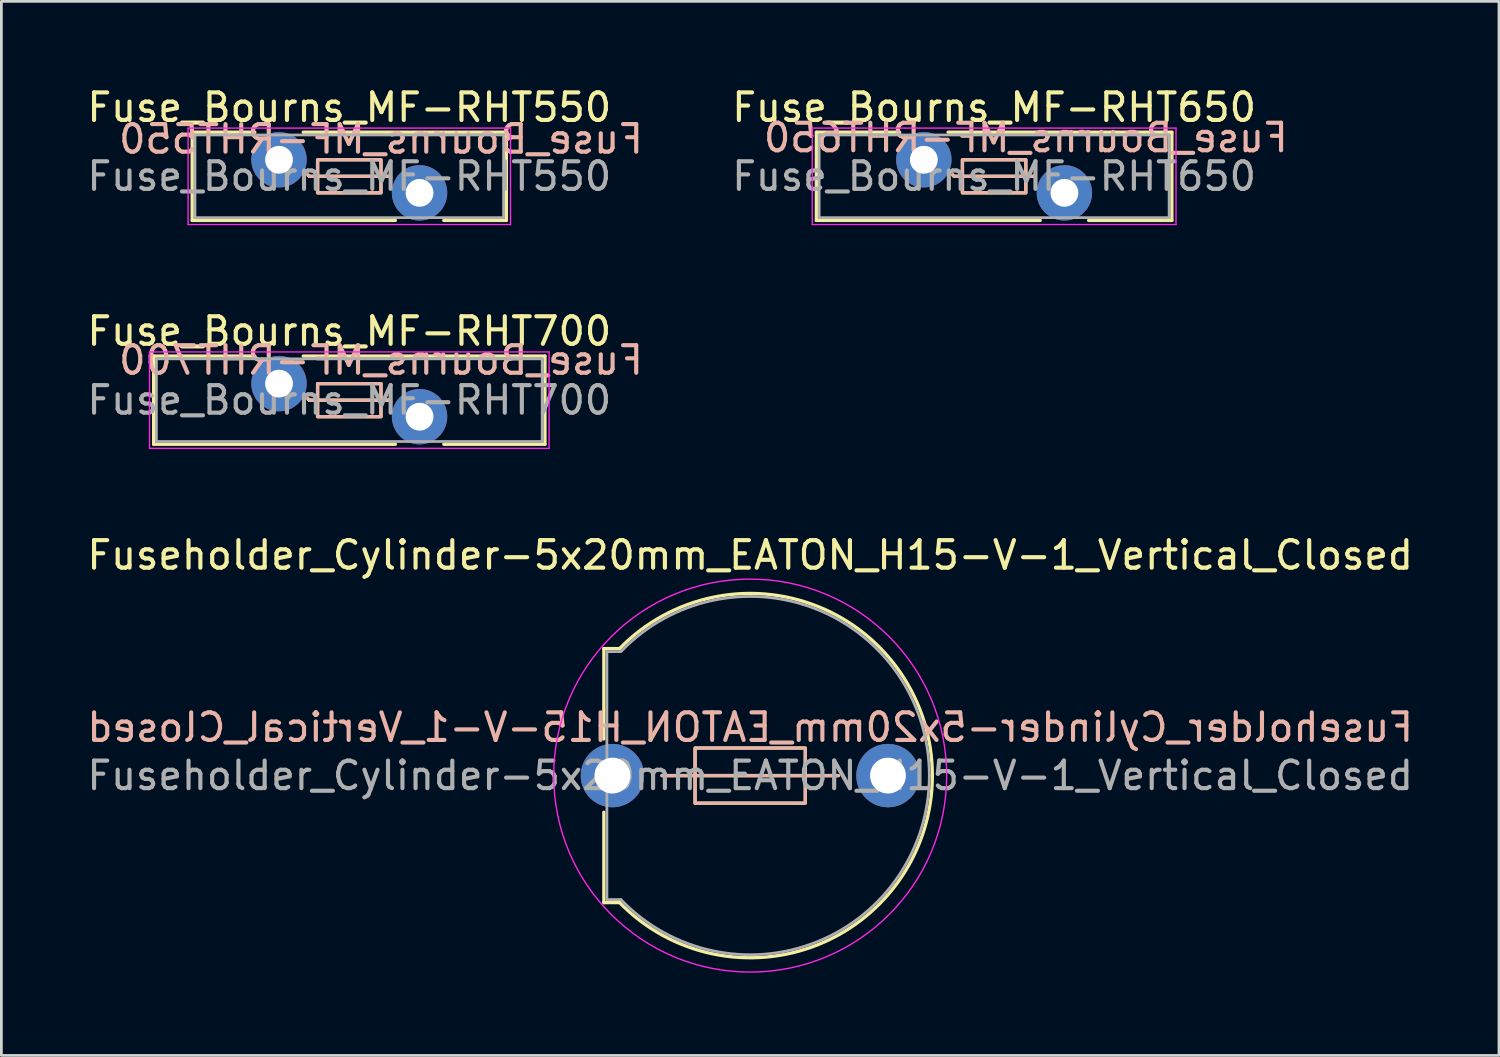
<source format=kicad_pcb>
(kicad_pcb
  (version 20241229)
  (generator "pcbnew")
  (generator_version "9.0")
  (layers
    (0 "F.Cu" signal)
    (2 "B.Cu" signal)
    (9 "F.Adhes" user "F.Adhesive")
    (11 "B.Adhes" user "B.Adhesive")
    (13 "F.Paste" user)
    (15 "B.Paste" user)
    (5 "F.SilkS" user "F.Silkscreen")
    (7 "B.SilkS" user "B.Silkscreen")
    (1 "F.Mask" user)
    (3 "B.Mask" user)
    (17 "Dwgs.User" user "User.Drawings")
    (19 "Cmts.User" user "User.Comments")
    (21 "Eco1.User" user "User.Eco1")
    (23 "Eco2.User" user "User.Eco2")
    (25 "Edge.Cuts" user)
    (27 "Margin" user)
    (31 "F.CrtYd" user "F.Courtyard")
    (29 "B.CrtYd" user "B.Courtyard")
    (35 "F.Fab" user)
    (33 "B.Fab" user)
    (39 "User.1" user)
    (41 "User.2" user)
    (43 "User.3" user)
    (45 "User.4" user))
  (footprint "Fuse_Bourns_MF-RHT700"
    (layer "F.Cu")
    (at 7.075 10.871)
    (property "Reference" "Fuse_Bourns_MF-RHT700" (at 2.55 -1.9 0) (layer "F.SilkS") (effects (font (size 1 1) (thickness 0.15))))
    (fp_line (start -4.55 -1) (end -4.55 2.2) (stroke (width 0.12) (type solid)) (layer "F.SilkS"))
    (fp_line (start -4.55 -1) (end -0.879 -1) (stroke (width 0.12) (type solid)) (layer "F.SilkS"))
    (fp_line (start -4.55 2.2) (end 4.222 2.2) (stroke (width 0.12) (type solid)) (layer "F.SilkS"))
    (fp_line (start 0.879 -1) (end 9.65 -1) (stroke (width 0.12) (type solid)) (layer "F.SilkS"))
    (fp_line (start 1.1 0.6) (end 1.05 0.55) (stroke (width 0.12) (type solid)) (layer "F.SilkS"))
    (fp_line (start 4 0.6) (end 1.1 0.6) (stroke (width 0.12) (type solid)) (layer "F.SilkS"))
    (fp_line (start 4 0.6) (end 4.05 0.65) (stroke (width 0.12) (type solid)) (layer "F.SilkS"))
    (fp_line (start 5.979 2.2) (end 9.65 2.2) (stroke (width 0.12) (type solid)) (layer "F.SilkS"))
    (fp_line (start 9.65 -1) (end 9.65 2.2) (stroke (width 0.12) (type solid)) (layer "F.SilkS"))
    (fp_rect (start 1.4 0) (end 3.7 1.2) (stroke (width 0.12) (type solid)) (fill no) (layer "F.SilkS"))
    (fp_line (start 1.05 0.55) (end 1.1 0.6) (stroke (width 0.12) (type solid)) (layer "B.SilkS"))
    (fp_line (start 1.1 0.6) (end 4 0.6) (stroke (width 0.12) (type solid)) (layer "B.SilkS"))
    (fp_line (start 4 0.6) (end 4.05 0.65) (stroke (width 0.12) (type solid)) (layer "B.SilkS"))
    (fp_rect (start 1.4 0) (end 3.7 1.2) (stroke (width 0.12) (type solid)) (fill no) (layer "B.SilkS"))
    (fp_line (start -4.7 -1.15) (end -4.7 2.35) (stroke (width 0.05) (type solid)) (layer "F.CrtYd"))
    (fp_line (start -4.7 2.35) (end 9.8 2.35) (stroke (width 0.05) (type solid)) (layer "F.CrtYd"))
    (fp_line (start 9.8 -1.15) (end -4.7 -1.15) (stroke (width 0.05) (type solid)) (layer "F.CrtYd"))
    (fp_line (start 9.8 2.35) (end 9.8 -1.15) (stroke (width 0.05) (type solid)) (layer "F.CrtYd"))
    (fp_line (start -4.45 -0.9) (end -4.45 2.1) (stroke (width 0.1) (type solid)) (layer "F.Fab"))
    (fp_line (start -4.45 2.1) (end 9.55 2.1) (stroke (width 0.1) (type solid)) (layer "F.Fab"))
    (fp_line (start 9.55 -0.9) (end -4.45 -0.9) (stroke (width 0.1) (type solid)) (layer "F.Fab"))
    (fp_line (start 9.55 2.1) (end 9.55 -0.9) (stroke (width 0.1) (type solid)) (layer "F.Fab"))
    (fp_text user "${REFERENCE}" (at 3.7 -0.85 0) (layer "B.SilkS") (effects (font (size 1 1) (thickness 0.15)) (justify mirror)))
    (fp_text user "${REFERENCE}" (at 2.55 0.6 0) (layer "F.Fab") (effects (font (size 1 1) (thickness 0.15))))
    (pad "1" thru_hole circle (at 0 0) (size 2.01 2.01) (drill 1.01) (layers "*.Cu" "*.Mask"))
    (pad "2" thru_hole circle (at 5.1 1.2) (size 2.01 2.01) (drill 1.01) (layers "*.Cu" "*.Mask")))
  (footprint "Fuse_Bourns_MF-RHT650"
    (layer "F.Cu")
    (at 30.475 2.748)
    (property "Reference" "Fuse_Bourns_MF-RHT650" (at 2.55 -1.9 0) (layer "F.SilkS") (effects (font (size 1 1) (thickness 0.15))))
    (fp_line (start -3.9 -1) (end -3.9 2.2) (stroke (width 0.12) (type solid)) (layer "F.SilkS"))
    (fp_line (start -3.9 -1) (end -0.879 -1) (stroke (width 0.12) (type solid)) (layer "F.SilkS"))
    (fp_line (start -3.9 2.2) (end 4.222 2.2) (stroke (width 0.12) (type solid)) (layer "F.SilkS"))
    (fp_line (start 0.879 -1) (end 9 -1) (stroke (width 0.12) (type solid)) (layer "F.SilkS"))
    (fp_line (start 1.1 0.6) (end 1.05 0.55) (stroke (width 0.12) (type solid)) (layer "F.SilkS"))
    (fp_line (start 4 0.6) (end 1.1 0.6) (stroke (width 0.12) (type solid)) (layer "F.SilkS"))
    (fp_line (start 4 0.6) (end 4.05 0.65) (stroke (width 0.12) (type solid)) (layer "F.SilkS"))
    (fp_line (start 5.979 2.2) (end 9 2.2) (stroke (width 0.12) (type solid)) (layer "F.SilkS"))
    (fp_line (start 9 -1) (end 9 2.2) (stroke (width 0.12) (type solid)) (layer "F.SilkS"))
    (fp_rect (start 1.4 0) (end 3.7 1.2) (stroke (width 0.12) (type solid)) (fill no) (layer "F.SilkS"))
    (fp_line (start 1.05 0.55) (end 1.1 0.6) (stroke (width 0.12) (type solid)) (layer "B.SilkS"))
    (fp_line (start 1.1 0.6) (end 4 0.6) (stroke (width 0.12) (type solid)) (layer "B.SilkS"))
    (fp_line (start 4 0.6) (end 4.05 0.65) (stroke (width 0.12) (type solid)) (layer "B.SilkS"))
    (fp_rect (start 1.4 0) (end 3.7 1.2) (stroke (width 0.12) (type solid)) (fill no) (layer "B.SilkS"))
    (fp_line (start -4.05 -1.15) (end -4.05 2.35) (stroke (width 0.05) (type solid)) (layer "F.CrtYd"))
    (fp_line (start -4.05 2.35) (end 9.15 2.35) (stroke (width 0.05) (type solid)) (layer "F.CrtYd"))
    (fp_line (start 9.15 -1.15) (end -4.05 -1.15) (stroke (width 0.05) (type solid)) (layer "F.CrtYd"))
    (fp_line (start 9.15 2.35) (end 9.15 -1.15) (stroke (width 0.05) (type solid)) (layer "F.CrtYd"))
    (fp_line (start -3.8 -0.9) (end -3.8 2.1) (stroke (width 0.1) (type solid)) (layer "F.Fab"))
    (fp_line (start -3.8 2.1) (end 8.9 2.1) (stroke (width 0.1) (type solid)) (layer "F.Fab"))
    (fp_line (start 8.9 -0.9) (end -3.8 -0.9) (stroke (width 0.1) (type solid)) (layer "F.Fab"))
    (fp_line (start 8.9 2.1) (end 8.9 -0.9) (stroke (width 0.1) (type solid)) (layer "F.Fab"))
    (fp_text user "${REFERENCE}" (at 3.7 -0.8 0) (layer "B.SilkS") (effects (font (size 1 1) (thickness 0.15)) (justify mirror)))
    (fp_text user "${REFERENCE}" (at 2.55 0.6 0) (layer "F.Fab") (effects (font (size 1 1) (thickness 0.15))))
    (pad "1" thru_hole circle (at 0 0) (size 2.01 2.01) (drill 1.01) (layers "*.Cu" "*.Mask"))
    (pad "2" thru_hole circle (at 5.1 1.2) (size 2.01 2.01) (drill 1.01) (layers "*.Cu" "*.Mask")))
  (footprint "Fuseholder_Cylinder-5x20mm_EATON_H15-V-1_Vertical_Closed"
    (layer "F.Cu")
    (at 19.173 25.095)
    (property "Reference" "Fuseholder_Cylinder-5x20mm_EATON_H15-V-1_Vertical_Closed" (at 5 -8 0) (layer "F.SilkS") (effects (font (size 1 1) (thickness 0.15))))
    (fp_line (start -0.31 -4.61) (end -0.31 -1.33) (stroke (width 0.12) (type solid)) (layer "F.SilkS"))
    (fp_line (start -0.31 1.33) (end -0.31 4.61) (stroke (width 0.12) (type solid)) (layer "F.SilkS"))
    (fp_line (start 0.26 -4.61) (end -0.31 -4.61) (stroke (width 0.12) (type solid)) (layer "F.SilkS"))
    (fp_line (start 0.26 4.61) (end -0.31 4.61) (stroke (width 0.12) (type solid)) (layer "F.SilkS"))
    (fp_line (start 3 0) (end 1.8 0) (stroke (width 0.12) (type solid)) (layer "F.SilkS"))
    (fp_line (start 8.2 0) (end 3 0) (stroke (width 0.12) (type solid)) (layer "F.SilkS"))
    (fp_rect (start 3 -1) (end 7 1) (stroke (width 0.12) (type solid)) (fill no) (layer "F.SilkS"))
    (fp_arc (start 0.261221 -4.608261) (mid 7.486842 -6.124354) (end 11.61 0) (stroke (width 0.12) (type solid)) (layer "F.SilkS"))
    (fp_arc (start 11.61 0) (mid 7.486842 6.124354) (end 0.261221 4.608261) (stroke (width 0.12) (type solid)) (layer "F.SilkS"))
    (fp_line (start 8.2 0) (end 1.8 0) (stroke (width 0.12) (type solid)) (layer "B.SilkS"))
    (fp_rect (start 3 -1) (end 7 1) (stroke (width 0.12) (type solid)) (fill no) (layer "B.SilkS"))
    (fp_circle (center 5 0) (end 12.13 0) (stroke (width 0.05) (type solid)) (fill no) (layer "F.CrtYd"))
    (fp_line (start -0.2 -4.5) (end -0.2 4.5) (stroke (width 0.1) (type solid)) (layer "F.Fab"))
    (fp_line (start 0.3 -4.5) (end -0.2 -4.5) (stroke (width 0.1) (type solid)) (layer "F.Fab"))
    (fp_line (start 0.3 4.5) (end -0.2 4.5) (stroke (width 0.1) (type solid)) (layer "F.Fab"))
    (fp_arc (start 0.308559 -4.498931) (mid 7.424421 -6.030935) (end 11.5 0) (stroke (width 0.1) (type solid)) (layer "F.Fab"))
    (fp_arc (start 11.5 0) (mid 7.424421 6.030936) (end 0.308559 4.498931) (stroke (width 0.1) (type solid)) (layer "F.Fab"))
    (fp_text user "${REFERENCE}" (at 5 -1.75 0) (layer "B.SilkS") (effects (font (size 1 1) (thickness 0.15)) (justify mirror)))
    (fp_text user "${REFERENCE}" (at 5 0 0) (layer "F.Fab") (effects (font (size 1 1) (thickness 0.15))))
    (pad "1" thru_hole circle (at 0 0) (size 2.3 2.3) (drill 1.3) (layers "*.Cu" "*.Mask"))
    (pad "2" thru_hole circle (at 10 0) (size 2.3 2.3) (drill 1.3) (layers "*.Cu" "*.Mask")))
  (footprint "Fuse_Bourns_MF-RHT550"
    (layer "F.Cu")
    (at 7.075 2.748)
    (property "Reference" "Fuse_Bourns_MF-RHT550" (at 2.55 -1.9 0) (layer "F.SilkS") (effects (font (size 1 1) (thickness 0.15))))
    (fp_line (start -3.15 -1) (end -3.15 2.2) (stroke (width 0.12) (type solid)) (layer "F.SilkS"))
    (fp_line (start -3.15 -1) (end -0.879 -1) (stroke (width 0.12) (type solid)) (layer "F.SilkS"))
    (fp_line (start -3.15 2.2) (end 4.222 2.2) (stroke (width 0.12) (type solid)) (layer "F.SilkS"))
    (fp_line (start 0.879 -1) (end 8.25 -1) (stroke (width 0.12) (type solid)) (layer "F.SilkS"))
    (fp_line (start 1.1 0.6) (end 1.05 0.55) (stroke (width 0.12) (type solid)) (layer "F.SilkS"))
    (fp_line (start 4 0.6) (end 1.1 0.6) (stroke (width 0.12) (type solid)) (layer "F.SilkS"))
    (fp_line (start 4 0.6) (end 4.05 0.65) (stroke (width 0.12) (type solid)) (layer "F.SilkS"))
    (fp_line (start 5.979 2.2) (end 8.25 2.2) (stroke (width 0.12) (type solid)) (layer "F.SilkS"))
    (fp_line (start 8.25 -1) (end 8.25 2.2) (stroke (width 0.12) (type solid)) (layer "F.SilkS"))
    (fp_rect (start 1.4 0) (end 3.7 1.2) (stroke (width 0.12) (type solid)) (fill no) (layer "F.SilkS"))
    (fp_line (start 1.05 0.55) (end 1.1 0.6) (stroke (width 0.12) (type solid)) (layer "B.SilkS"))
    (fp_line (start 1.1 0.6) (end 4 0.6) (stroke (width 0.12) (type solid)) (layer "B.SilkS"))
    (fp_line (start 4 0.6) (end 4.05 0.65) (stroke (width 0.12) (type solid)) (layer "B.SilkS"))
    (fp_rect (start 1.4 0) (end 3.7 1.2) (stroke (width 0.12) (type solid)) (fill no) (layer "B.SilkS"))
    (fp_line (start -3.3 -1.15) (end -3.3 2.35) (stroke (width 0.05) (type solid)) (layer "F.CrtYd"))
    (fp_line (start -3.3 2.35) (end 8.4 2.35) (stroke (width 0.05) (type solid)) (layer "F.CrtYd"))
    (fp_line (start 8.4 -1.15) (end -3.3 -1.15) (stroke (width 0.05) (type solid)) (layer "F.CrtYd"))
    (fp_line (start 8.4 2.35) (end 8.4 -1.15) (stroke (width 0.05) (type solid)) (layer "F.CrtYd"))
    (fp_line (start -3.05 -0.9) (end -3.05 2.1) (stroke (width 0.1) (type solid)) (layer "F.Fab"))
    (fp_line (start -3.05 2.1) (end 8.15 2.1) (stroke (width 0.1) (type solid)) (layer "F.Fab"))
    (fp_line (start 8.15 -0.9) (end -3.05 -0.9) (stroke (width 0.1) (type solid)) (layer "F.Fab"))
    (fp_line (start 8.15 2.1) (end 8.15 -0.9) (stroke (width 0.1) (type solid)) (layer "F.Fab"))
    (fp_text user "${REFERENCE}" (at 3.7 -0.75 0) (layer "B.SilkS") (effects (font (size 1 1) (thickness 0.15)) (justify mirror)))
    (fp_text user "${REFERENCE}" (at 2.55 0.6 0) (layer "F.Fab") (effects (font (size 1 1) (thickness 0.15))))
    (pad "1" thru_hole circle (at 0 0) (size 2.01 2.01) (drill 1.01) (layers "*.Cu" "*.Mask"))
    (pad "2" thru_hole circle (at 5.1 1.2) (size 2.01 2.01) (drill 1.01) (layers "*.Cu" "*.Mask")))
  (gr_rect
    (start -3 -3)
    (end 51.345 35.25)
    (stroke (width 0.1) (type default))
    (fill no)
    (layer "Edge.Cuts")))
</source>
